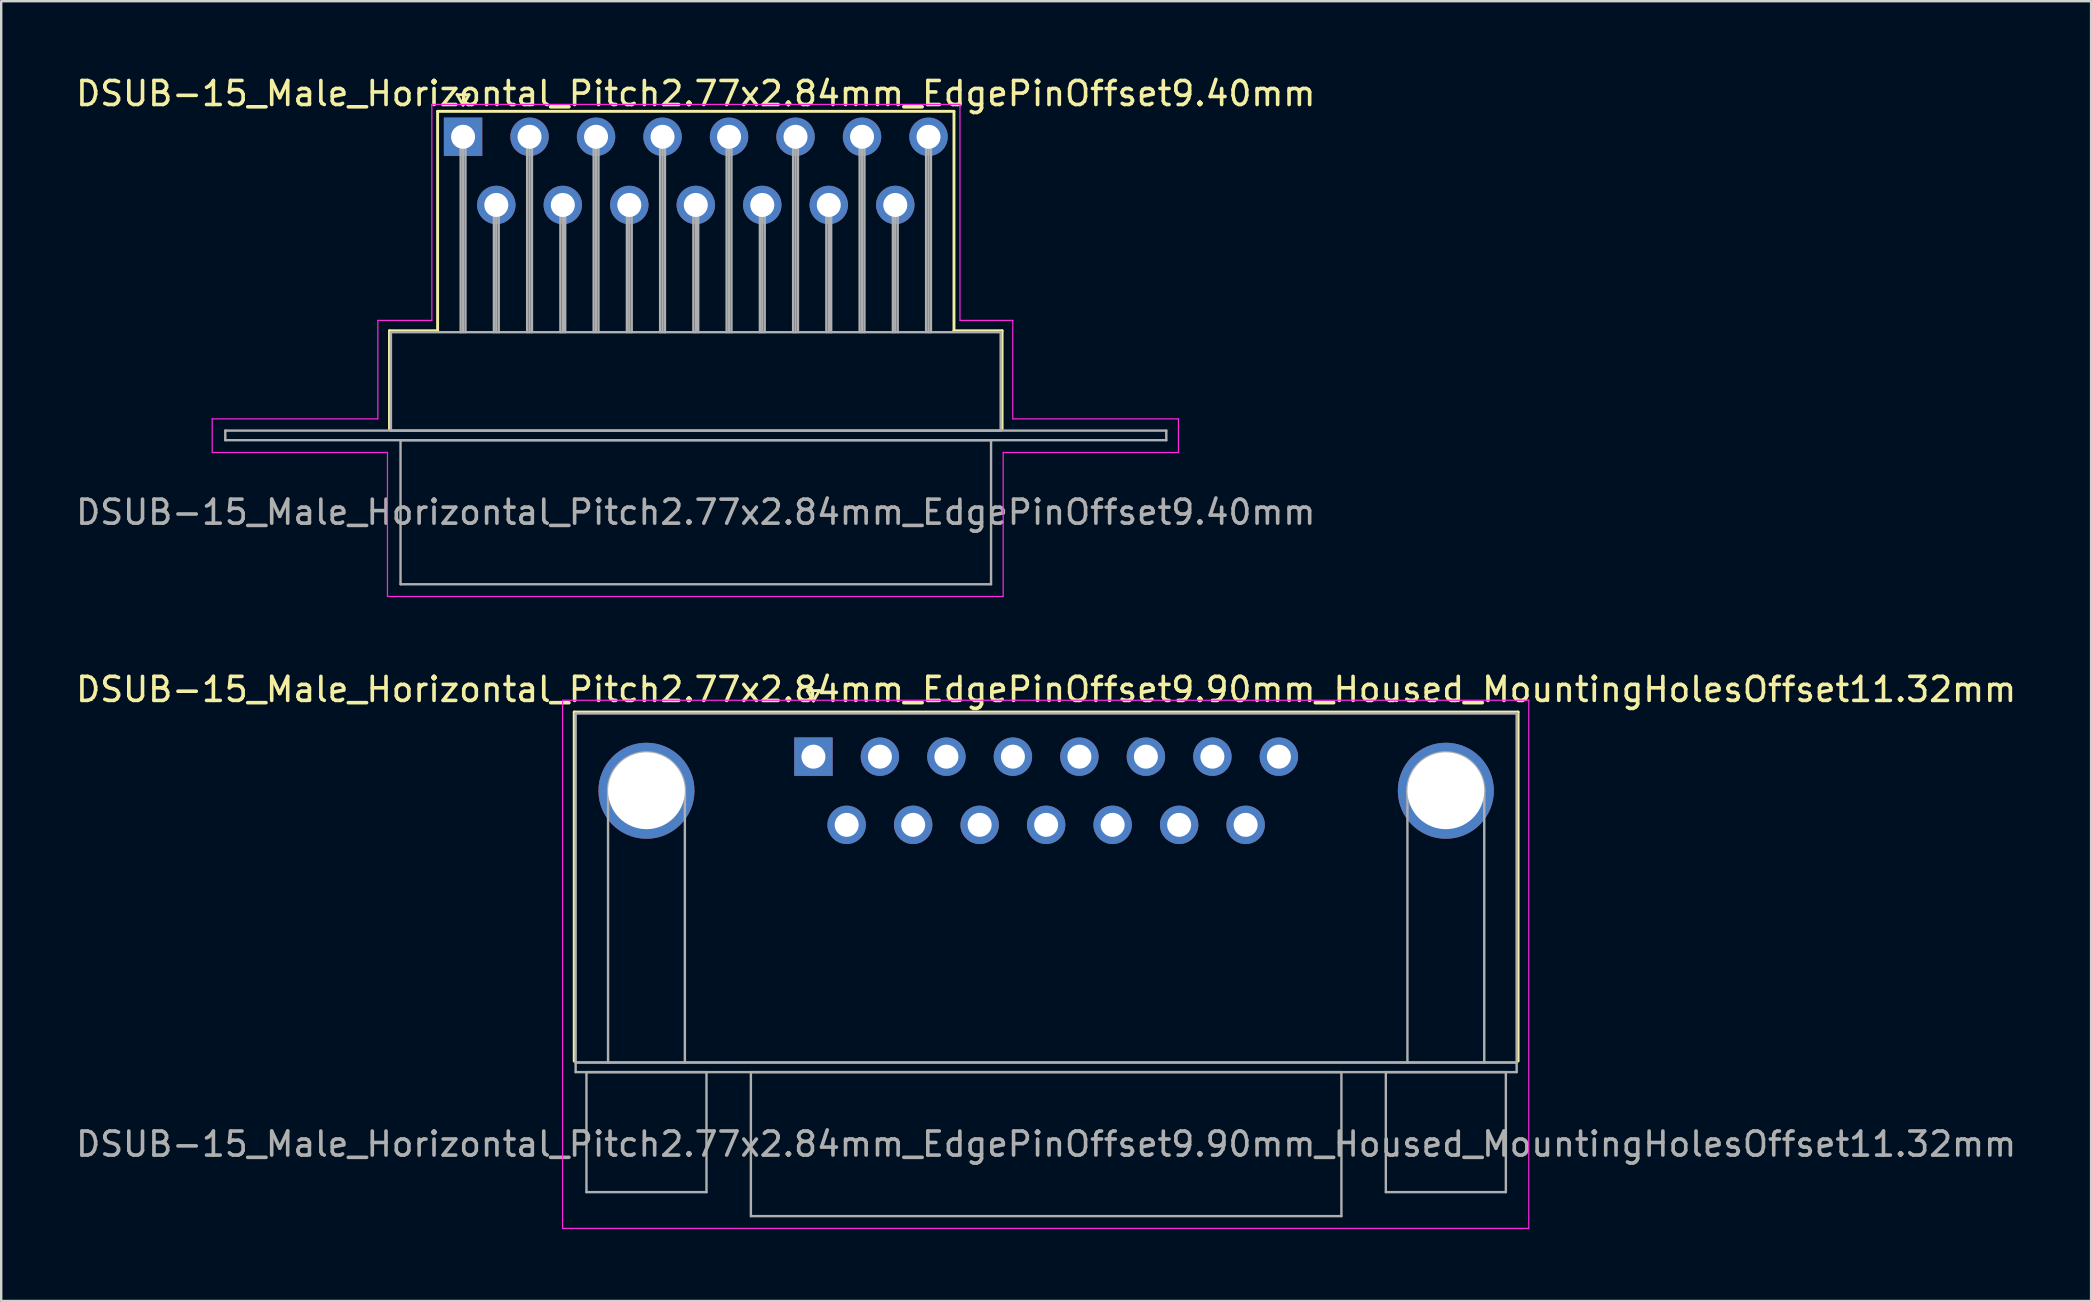
<source format=kicad_pcb>
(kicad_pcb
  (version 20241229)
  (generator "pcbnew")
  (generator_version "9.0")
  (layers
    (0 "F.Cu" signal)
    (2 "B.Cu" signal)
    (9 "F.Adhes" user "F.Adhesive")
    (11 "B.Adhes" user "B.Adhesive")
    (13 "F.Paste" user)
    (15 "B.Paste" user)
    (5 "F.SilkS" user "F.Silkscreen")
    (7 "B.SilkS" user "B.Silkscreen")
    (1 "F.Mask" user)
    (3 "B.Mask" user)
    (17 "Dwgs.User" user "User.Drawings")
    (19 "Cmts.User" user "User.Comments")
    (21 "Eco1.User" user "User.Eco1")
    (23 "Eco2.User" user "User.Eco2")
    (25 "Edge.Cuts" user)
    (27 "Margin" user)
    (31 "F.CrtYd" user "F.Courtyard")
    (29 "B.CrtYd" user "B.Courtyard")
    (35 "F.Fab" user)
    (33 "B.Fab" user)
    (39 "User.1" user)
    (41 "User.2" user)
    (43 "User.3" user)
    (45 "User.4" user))
  (footprint "DSUB-15_Male_Horizontal_Pitch2.77x2.84mm_EdgePinOffset9.90mm_Housed_MountingHolesOffset11.32mm"
    (layer "F.Cu")
    (at 30.835 28.471)
    (property "Reference" "DSUB-15_Male_Horizontal_Pitch2.77x2.84mm_EdgePinOffset9.90mm_Housed_MountingHolesOffset11.32mm" (at 9.695 -2.8 0) (layer "F.SilkS") (effects (font (size 1 1) (thickness 0.15))))
    (attr through_hole)
    (fp_line (start -9.965 -1.86) (end 29.355 -1.86) (stroke (width 0.12) (type solid)) (layer "F.SilkS"))
    (fp_line (start -9.965 12.68) (end -9.965 -1.86) (stroke (width 0.12) (type solid)) (layer "F.SilkS"))
    (fp_line (start -0.25 -2.754) (end 0.25 -2.754) (stroke (width 0.12) (type solid)) (layer "F.SilkS"))
    (fp_line (start 0 -2.321) (end -0.25 -2.754) (stroke (width 0.12) (type solid)) (layer "F.SilkS"))
    (fp_line (start 0.25 -2.754) (end 0 -2.321) (stroke (width 0.12) (type solid)) (layer "F.SilkS"))
    (fp_line (start 29.355 -1.86) (end 29.355 12.68) (stroke (width 0.12) (type solid)) (layer "F.SilkS"))
    (fp_line (start -10.45 -2.35) (end -10.45 19.65) (stroke (width 0.05) (type solid)) (layer "F.CrtYd"))
    (fp_line (start -10.45 19.65) (end 29.8 19.65) (stroke (width 0.05) (type solid)) (layer "F.CrtYd"))
    (fp_line (start 29.8 -2.35) (end -10.45 -2.35) (stroke (width 0.05) (type solid)) (layer "F.CrtYd"))
    (fp_line (start 29.8 19.65) (end 29.8 -2.35) (stroke (width 0.05) (type solid)) (layer "F.CrtYd"))
    (fp_line (start -9.905 -1.8) (end -9.905 12.74) (stroke (width 0.1) (type solid)) (layer "F.Fab"))
    (fp_line (start -9.905 12.74) (end -9.905 13.14) (stroke (width 0.1) (type solid)) (layer "F.Fab"))
    (fp_line (start -9.905 12.74) (end 29.295 12.74) (stroke (width 0.1) (type solid)) (layer "F.Fab"))
    (fp_line (start -9.905 13.14) (end 29.295 13.14) (stroke (width 0.1) (type solid)) (layer "F.Fab"))
    (fp_line (start -9.455 13.14) (end -9.455 18.14) (stroke (width 0.1) (type solid)) (layer "F.Fab"))
    (fp_line (start -9.455 18.14) (end -4.455 18.14) (stroke (width 0.1) (type solid)) (layer "F.Fab"))
    (fp_line (start -8.555 12.74) (end -8.555 1.42) (stroke (width 0.1) (type solid)) (layer "F.Fab"))
    (fp_line (start -5.355 12.74) (end -5.355 1.42) (stroke (width 0.1) (type solid)) (layer "F.Fab"))
    (fp_line (start -4.455 13.14) (end -9.455 13.14) (stroke (width 0.1) (type solid)) (layer "F.Fab"))
    (fp_line (start -4.455 18.14) (end -4.455 13.14) (stroke (width 0.1) (type solid)) (layer "F.Fab"))
    (fp_line (start -2.605 13.14) (end -2.605 19.14) (stroke (width 0.1) (type solid)) (layer "F.Fab"))
    (fp_line (start -2.605 19.14) (end 21.995 19.14) (stroke (width 0.1) (type solid)) (layer "F.Fab"))
    (fp_line (start 21.995 13.14) (end -2.605 13.14) (stroke (width 0.1) (type solid)) (layer "F.Fab"))
    (fp_line (start 21.995 19.14) (end 21.995 13.14) (stroke (width 0.1) (type solid)) (layer "F.Fab"))
    (fp_line (start 23.845 13.14) (end 23.845 18.14) (stroke (width 0.1) (type solid)) (layer "F.Fab"))
    (fp_line (start 23.845 18.14) (end 28.845 18.14) (stroke (width 0.1) (type solid)) (layer "F.Fab"))
    (fp_line (start 24.745 12.74) (end 24.745 1.42) (stroke (width 0.1) (type solid)) (layer "F.Fab"))
    (fp_line (start 27.945 12.74) (end 27.945 1.42) (stroke (width 0.1) (type solid)) (layer "F.Fab"))
    (fp_line (start 28.845 13.14) (end 23.845 13.14) (stroke (width 0.1) (type solid)) (layer "F.Fab"))
    (fp_line (start 28.845 18.14) (end 28.845 13.14) (stroke (width 0.1) (type solid)) (layer "F.Fab"))
    (fp_line (start 29.295 -1.8) (end -9.905 -1.8) (stroke (width 0.1) (type solid)) (layer "F.Fab"))
    (fp_line (start 29.295 12.74) (end -9.905 12.74) (stroke (width 0.1) (type solid)) (layer "F.Fab"))
    (fp_line (start 29.295 12.74) (end 29.295 -1.8) (stroke (width 0.1) (type solid)) (layer "F.Fab"))
    (fp_line (start 29.295 13.14) (end 29.295 12.74) (stroke (width 0.1) (type solid)) (layer "F.Fab"))
    (fp_arc (start -8.555 1.42) (mid -6.955 -0.18) (end -5.355 1.42) (stroke (width 0.1) (type solid)) (layer "F.Fab"))
    (fp_arc (start 24.745 1.42) (mid 26.345 -0.18) (end 27.945 1.42) (stroke (width 0.1) (type solid)) (layer "F.Fab"))
    (fp_text user "${REFERENCE}" (at 9.695 16.14 0) (layer "F.Fab") (effects (font (size 1 1) (thickness 0.15))))
    (pad "0" thru_hole circle (at -6.955 1.42) (size 4 4) (drill 3.2) (layers "*.Cu" "*.Mask"))
    (pad "0" thru_hole circle (at 26.345 1.42) (size 4 4) (drill 3.2) (layers "*.Cu" "*.Mask"))
    (pad "1" thru_hole rect (at 0 0) (size 1.6 1.6) (drill 1) (layers "*.Cu" "*.Mask"))
    (pad "2" thru_hole circle (at 2.77 0) (size 1.6 1.6) (drill 1) (layers "*.Cu" "*.Mask"))
    (pad "3" thru_hole circle (at 5.54 0) (size 1.6 1.6) (drill 1) (layers "*.Cu" "*.Mask"))
    (pad "4" thru_hole circle (at 8.31 0) (size 1.6 1.6) (drill 1) (layers "*.Cu" "*.Mask"))
    (pad "5" thru_hole circle (at 11.08 0) (size 1.6 1.6) (drill 1) (layers "*.Cu" "*.Mask"))
    (pad "6" thru_hole circle (at 13.85 0) (size 1.6 1.6) (drill 1) (layers "*.Cu" "*.Mask"))
    (pad "7" thru_hole circle (at 16.62 0) (size 1.6 1.6) (drill 1) (layers "*.Cu" "*.Mask"))
    (pad "8" thru_hole circle (at 19.39 0) (size 1.6 1.6) (drill 1) (layers "*.Cu" "*.Mask"))
    (pad "9" thru_hole circle (at 1.385 2.84) (size 1.6 1.6) (drill 1) (layers "*.Cu" "*.Mask"))
    (pad "10" thru_hole circle (at 4.155 2.84) (size 1.6 1.6) (drill 1) (layers "*.Cu" "*.Mask"))
    (pad "11" thru_hole circle (at 6.925 2.84) (size 1.6 1.6) (drill 1) (layers "*.Cu" "*.Mask"))
    (pad "12" thru_hole circle (at 9.695 2.84) (size 1.6 1.6) (drill 1) (layers "*.Cu" "*.Mask"))
    (pad "13" thru_hole circle (at 12.465 2.84) (size 1.6 1.6) (drill 1) (layers "*.Cu" "*.Mask"))
    (pad "14" thru_hole circle (at 15.235 2.84) (size 1.6 1.6) (drill 1) (layers "*.Cu" "*.Mask"))
    (pad "15" thru_hole circle (at 18.005 2.84) (size 1.6 1.6) (drill 1) (layers "*.Cu" "*.Mask")))
  (footprint "DSUB-15_Male_Horizontal_Pitch2.77x2.84mm_EdgePinOffset9.40mm"
    (layer "F.Cu")
    (at 16.24 2.648)
    (property "Reference" "DSUB-15_Male_Horizontal_Pitch2.77x2.84mm_EdgePinOffset9.40mm" (at 9.695 -1.8 0) (layer "F.SilkS") (effects (font (size 1 1) (thickness 0.15))))
    (attr through_hole)
    (fp_line (start -3.065 8.08) (end -1.06 8.08) (stroke (width 0.12) (type solid)) (layer "F.SilkS"))
    (fp_line (start -3.065 12.18) (end -3.065 8.08) (stroke (width 0.12) (type solid)) (layer "F.SilkS"))
    (fp_line (start -1.06 -1.06) (end 20.45 -1.06) (stroke (width 0.12) (type solid)) (layer "F.SilkS"))
    (fp_line (start -1.06 8.08) (end -1.06 -1.06) (stroke (width 0.12) (type solid)) (layer "F.SilkS"))
    (fp_line (start -0.25 -1.754) (end 0.25 -1.754) (stroke (width 0.12) (type solid)) (layer "F.SilkS"))
    (fp_line (start 0 -1.321) (end -0.25 -1.754) (stroke (width 0.12) (type solid)) (layer "F.SilkS"))
    (fp_line (start 0.25 -1.754) (end 0 -1.321) (stroke (width 0.12) (type solid)) (layer "F.SilkS"))
    (fp_line (start 20.45 -1.06) (end 20.45 8.08) (stroke (width 0.12) (type solid)) (layer "F.SilkS"))
    (fp_line (start 20.45 8.08) (end 22.455 8.08) (stroke (width 0.12) (type solid)) (layer "F.SilkS"))
    (fp_line (start 22.455 8.08) (end 22.455 12.18) (stroke (width 0.12) (type solid)) (layer "F.SilkS"))
    (fp_line (start -10.45 11.75) (end -3.55 11.75) (stroke (width 0.05) (type solid)) (layer "F.CrtYd"))
    (fp_line (start -10.45 13.15) (end -10.45 11.75) (stroke (width 0.05) (type solid)) (layer "F.CrtYd"))
    (fp_line (start -3.55 7.65) (end -1.3 7.65) (stroke (width 0.05) (type solid)) (layer "F.CrtYd"))
    (fp_line (start -3.55 11.75) (end -3.55 7.65) (stroke (width 0.05) (type solid)) (layer "F.CrtYd"))
    (fp_line (start -3.15 13.15) (end -10.45 13.15) (stroke (width 0.05) (type solid)) (layer "F.CrtYd"))
    (fp_line (start -3.15 19.15) (end -3.15 13.15) (stroke (width 0.05) (type solid)) (layer "F.CrtYd"))
    (fp_line (start -1.3 -1.35) (end 20.7 -1.35) (stroke (width 0.05) (type solid)) (layer "F.CrtYd"))
    (fp_line (start -1.3 7.65) (end -1.3 -1.35) (stroke (width 0.05) (type solid)) (layer "F.CrtYd"))
    (fp_line (start 20.7 -1.35) (end 20.7 7.65) (stroke (width 0.05) (type solid)) (layer "F.CrtYd"))
    (fp_line (start 20.7 7.65) (end 22.9 7.65) (stroke (width 0.05) (type solid)) (layer "F.CrtYd"))
    (fp_line (start 22.5 13.15) (end 22.5 19.15) (stroke (width 0.05) (type solid)) (layer "F.CrtYd"))
    (fp_line (start 22.5 19.15) (end -3.15 19.15) (stroke (width 0.05) (type solid)) (layer "F.CrtYd"))
    (fp_line (start 22.9 7.65) (end 22.9 11.75) (stroke (width 0.05) (type solid)) (layer "F.CrtYd"))
    (fp_line (start 22.9 11.75) (end 29.8 11.75) (stroke (width 0.05) (type solid)) (layer "F.CrtYd"))
    (fp_line (start 29.8 11.75) (end 29.8 13.15) (stroke (width 0.05) (type solid)) (layer "F.CrtYd"))
    (fp_line (start 29.8 13.15) (end 22.5 13.15) (stroke (width 0.05) (type solid)) (layer "F.CrtYd"))
    (fp_line (start -9.905 12.24) (end -9.905 12.64) (stroke (width 0.1) (type solid)) (layer "F.Fab"))
    (fp_line (start -9.905 12.64) (end 29.295 12.64) (stroke (width 0.1) (type solid)) (layer "F.Fab"))
    (fp_line (start -3.005 8.14) (end -3.005 12.24) (stroke (width 0.1) (type solid)) (layer "F.Fab"))
    (fp_line (start -3.005 12.24) (end 22.395 12.24) (stroke (width 0.1) (type solid)) (layer "F.Fab"))
    (fp_line (start -2.605 12.64) (end -2.605 18.64) (stroke (width 0.1) (type solid)) (layer "F.Fab"))
    (fp_line (start -2.605 18.64) (end 21.995 18.64) (stroke (width 0.1) (type solid)) (layer "F.Fab"))
    (fp_line (start -0.1 0) (end -0.1 8.14) (stroke (width 0.1) (type solid)) (layer "F.Fab"))
    (fp_line (start 0 0) (end 0 8.14) (stroke (width 0.1) (type solid)) (layer "F.Fab"))
    (fp_line (start 0.1 0) (end 0.1 8.14) (stroke (width 0.1) (type solid)) (layer "F.Fab"))
    (fp_line (start 1.285 2.84) (end 1.285 8.14) (stroke (width 0.1) (type solid)) (layer "F.Fab"))
    (fp_line (start 1.385 2.84) (end 1.385 8.14) (stroke (width 0.1) (type solid)) (layer "F.Fab"))
    (fp_line (start 1.485 2.84) (end 1.485 8.14) (stroke (width 0.1) (type solid)) (layer "F.Fab"))
    (fp_line (start 2.67 0) (end 2.67 8.14) (stroke (width 0.1) (type solid)) (layer "F.Fab"))
    (fp_line (start 2.77 0) (end 2.77 8.14) (stroke (width 0.1) (type solid)) (layer "F.Fab"))
    (fp_line (start 2.87 0) (end 2.87 8.14) (stroke (width 0.1) (type solid)) (layer "F.Fab"))
    (fp_line (start 4.055 2.84) (end 4.055 8.14) (stroke (width 0.1) (type solid)) (layer "F.Fab"))
    (fp_line (start 4.155 2.84) (end 4.155 8.14) (stroke (width 0.1) (type solid)) (layer "F.Fab"))
    (fp_line (start 4.255 2.84) (end 4.255 8.14) (stroke (width 0.1) (type solid)) (layer "F.Fab"))
    (fp_line (start 5.44 0) (end 5.44 8.14) (stroke (width 0.1) (type solid)) (layer "F.Fab"))
    (fp_line (start 5.54 0) (end 5.54 8.14) (stroke (width 0.1) (type solid)) (layer "F.Fab"))
    (fp_line (start 5.64 0) (end 5.64 8.14) (stroke (width 0.1) (type solid)) (layer "F.Fab"))
    (fp_line (start 6.825 2.84) (end 6.825 8.14) (stroke (width 0.1) (type solid)) (layer "F.Fab"))
    (fp_line (start 6.925 2.84) (end 6.925 8.14) (stroke (width 0.1) (type solid)) (layer "F.Fab"))
    (fp_line (start 7.025 2.84) (end 7.025 8.14) (stroke (width 0.1) (type solid)) (layer "F.Fab"))
    (fp_line (start 8.21 0) (end 8.21 8.14) (stroke (width 0.1) (type solid)) (layer "F.Fab"))
    (fp_line (start 8.31 0) (end 8.31 8.14) (stroke (width 0.1) (type solid)) (layer "F.Fab"))
    (fp_line (start 8.41 0) (end 8.41 8.14) (stroke (width 0.1) (type solid)) (layer "F.Fab"))
    (fp_line (start 9.595 2.84) (end 9.595 8.14) (stroke (width 0.1) (type solid)) (layer "F.Fab"))
    (fp_line (start 9.695 2.84) (end 9.695 8.14) (stroke (width 0.1) (type solid)) (layer "F.Fab"))
    (fp_line (start 9.795 2.84) (end 9.795 8.14) (stroke (width 0.1) (type solid)) (layer "F.Fab"))
    (fp_line (start 10.98 0) (end 10.98 8.14) (stroke (width 0.1) (type solid)) (layer "F.Fab"))
    (fp_line (start 11.08 0) (end 11.08 8.14) (stroke (width 0.1) (type solid)) (layer "F.Fab"))
    (fp_line (start 11.18 0) (end 11.18 8.14) (stroke (width 0.1) (type solid)) (layer "F.Fab"))
    (fp_line (start 12.365 2.84) (end 12.365 8.14) (stroke (width 0.1) (type solid)) (layer "F.Fab"))
    (fp_line (start 12.465 2.84) (end 12.465 8.14) (stroke (width 0.1) (type solid)) (layer "F.Fab"))
    (fp_line (start 12.565 2.84) (end 12.565 8.14) (stroke (width 0.1) (type solid)) (layer "F.Fab"))
    (fp_line (start 13.75 0) (end 13.75 8.14) (stroke (width 0.1) (type solid)) (layer "F.Fab"))
    (fp_line (start 13.85 0) (end 13.85 8.14) (stroke (width 0.1) (type solid)) (layer "F.Fab"))
    (fp_line (start 13.95 0) (end 13.95 8.14) (stroke (width 0.1) (type solid)) (layer "F.Fab"))
    (fp_line (start 15.135 2.84) (end 15.135 8.14) (stroke (width 0.1) (type solid)) (layer "F.Fab"))
    (fp_line (start 15.235 2.84) (end 15.235 8.14) (stroke (width 0.1) (type solid)) (layer "F.Fab"))
    (fp_line (start 15.335 2.84) (end 15.335 8.14) (stroke (width 0.1) (type solid)) (layer "F.Fab"))
    (fp_line (start 16.52 0) (end 16.52 8.14) (stroke (width 0.1) (type solid)) (layer "F.Fab"))
    (fp_line (start 16.62 0) (end 16.62 8.14) (stroke (width 0.1) (type solid)) (layer "F.Fab"))
    (fp_line (start 16.72 0) (end 16.72 8.14) (stroke (width 0.1) (type solid)) (layer "F.Fab"))
    (fp_line (start 17.905 2.84) (end 17.905 8.14) (stroke (width 0.1) (type solid)) (layer "F.Fab"))
    (fp_line (start 18.005 2.84) (end 18.005 8.14) (stroke (width 0.1) (type solid)) (layer "F.Fab"))
    (fp_line (start 18.105 2.84) (end 18.105 8.14) (stroke (width 0.1) (type solid)) (layer "F.Fab"))
    (fp_line (start 19.29 0) (end 19.29 8.14) (stroke (width 0.1) (type solid)) (layer "F.Fab"))
    (fp_line (start 19.39 0) (end 19.39 8.14) (stroke (width 0.1) (type solid)) (layer "F.Fab"))
    (fp_line (start 19.49 0) (end 19.49 8.14) (stroke (width 0.1) (type solid)) (layer "F.Fab"))
    (fp_line (start 21.995 12.64) (end -2.605 12.64) (stroke (width 0.1) (type solid)) (layer "F.Fab"))
    (fp_line (start 21.995 18.64) (end 21.995 12.64) (stroke (width 0.1) (type solid)) (layer "F.Fab"))
    (fp_line (start 22.395 8.14) (end -3.005 8.14) (stroke (width 0.1) (type solid)) (layer "F.Fab"))
    (fp_line (start 22.395 12.24) (end 22.395 8.14) (stroke (width 0.1) (type solid)) (layer "F.Fab"))
    (fp_line (start 29.295 12.24) (end -9.905 12.24) (stroke (width 0.1) (type solid)) (layer "F.Fab"))
    (fp_line (start 29.295 12.64) (end 29.295 12.24) (stroke (width 0.1) (type solid)) (layer "F.Fab"))
    (fp_text user "${REFERENCE}" (at 9.695 15.64 0) (layer "F.Fab") (effects (font (size 1 1) (thickness 0.15))))
    (pad "1" thru_hole rect (at 0 0) (size 1.6 1.6) (drill 1) (layers "*.Cu" "*.Mask"))
    (pad "2" thru_hole circle (at 2.77 0) (size 1.6 1.6) (drill 1) (layers "*.Cu" "*.Mask"))
    (pad "3" thru_hole circle (at 5.54 0) (size 1.6 1.6) (drill 1) (layers "*.Cu" "*.Mask"))
    (pad "4" thru_hole circle (at 8.31 0) (size 1.6 1.6) (drill 1) (layers "*.Cu" "*.Mask"))
    (pad "5" thru_hole circle (at 11.08 0) (size 1.6 1.6) (drill 1) (layers "*.Cu" "*.Mask"))
    (pad "6" thru_hole circle (at 13.85 0) (size 1.6 1.6) (drill 1) (layers "*.Cu" "*.Mask"))
    (pad "7" thru_hole circle (at 16.62 0) (size 1.6 1.6) (drill 1) (layers "*.Cu" "*.Mask"))
    (pad "8" thru_hole circle (at 19.39 0) (size 1.6 1.6) (drill 1) (layers "*.Cu" "*.Mask"))
    (pad "9" thru_hole circle (at 1.385 2.84) (size 1.6 1.6) (drill 1) (layers "*.Cu" "*.Mask"))
    (pad "10" thru_hole circle (at 4.155 2.84) (size 1.6 1.6) (drill 1) (layers "*.Cu" "*.Mask"))
    (pad "11" thru_hole circle (at 6.925 2.84) (size 1.6 1.6) (drill 1) (layers "*.Cu" "*.Mask"))
    (pad "12" thru_hole circle (at 9.695 2.84) (size 1.6 1.6) (drill 1) (layers "*.Cu" "*.Mask"))
    (pad "13" thru_hole circle (at 12.465 2.84) (size 1.6 1.6) (drill 1) (layers "*.Cu" "*.Mask"))
    (pad "14" thru_hole circle (at 15.235 2.84) (size 1.6 1.6) (drill 1) (layers "*.Cu" "*.Mask"))
    (pad "15" thru_hole circle (at 18.005 2.84) (size 1.6 1.6) (drill 1) (layers "*.Cu" "*.Mask")))
  (gr_rect
    (start -3 -3)
    (end 84.06 51.147)
    (stroke (width 0.1) (type default))
    (fill no)
    (layer "Edge.Cuts")))
</source>
